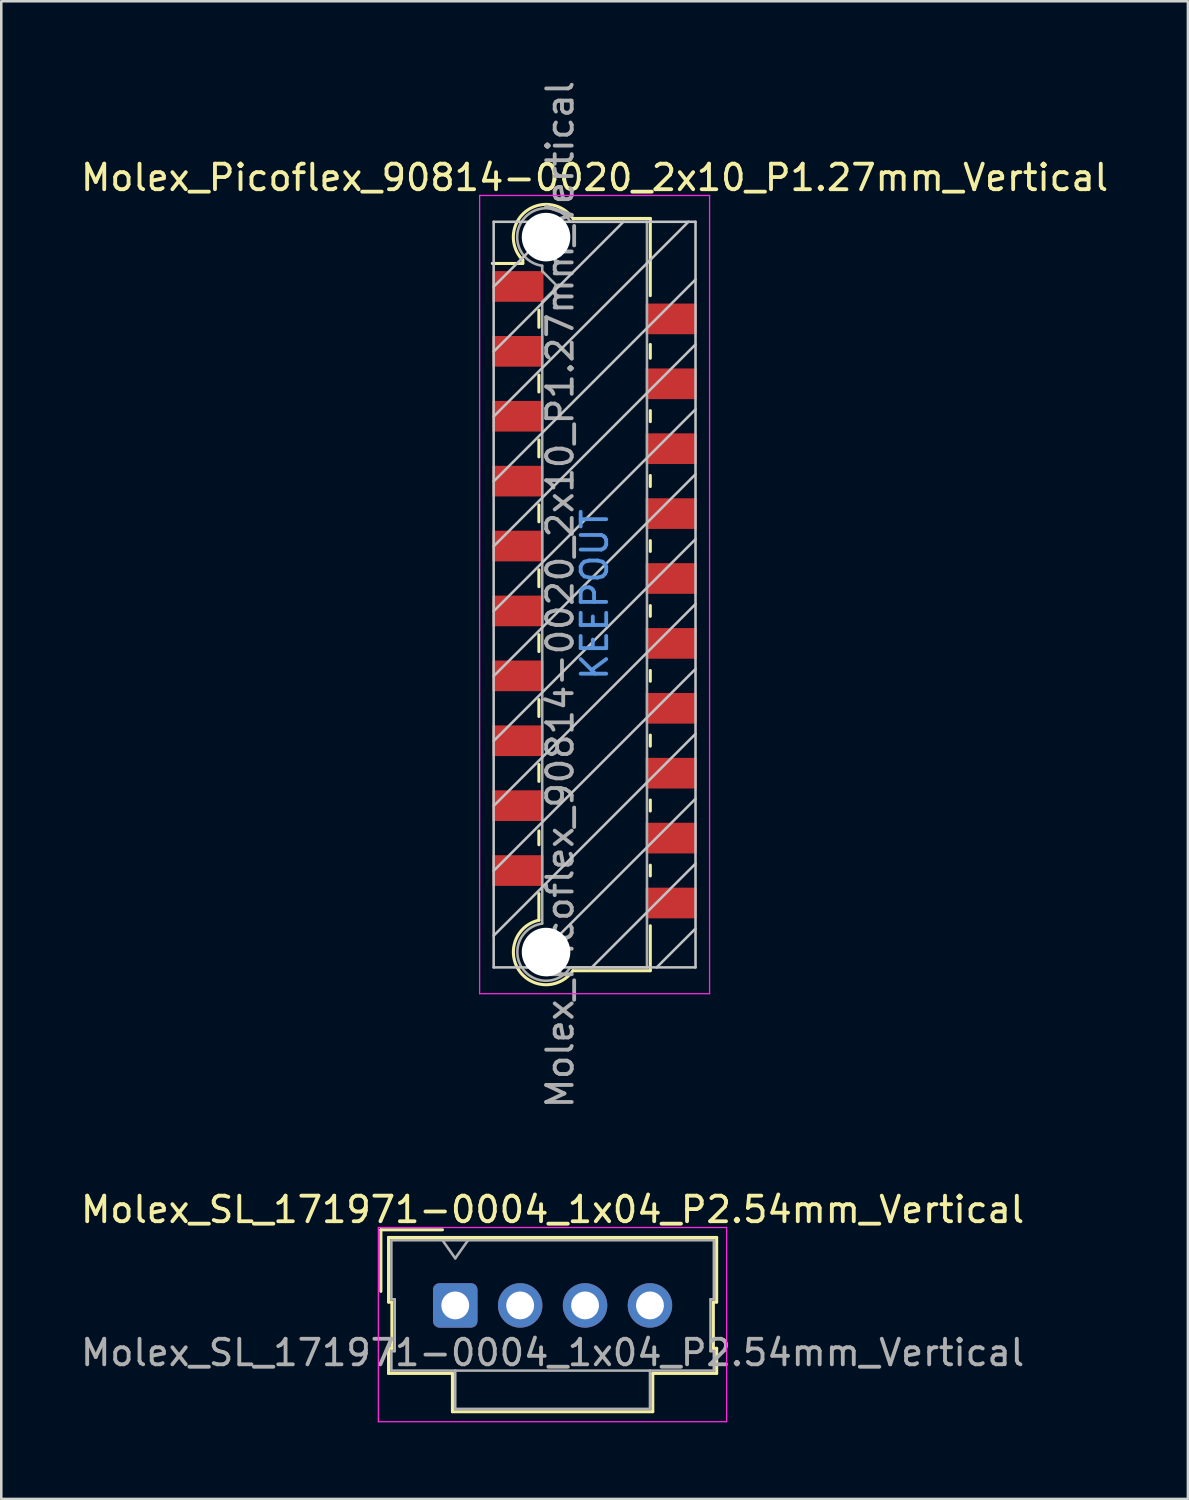
<source format=kicad_pcb>
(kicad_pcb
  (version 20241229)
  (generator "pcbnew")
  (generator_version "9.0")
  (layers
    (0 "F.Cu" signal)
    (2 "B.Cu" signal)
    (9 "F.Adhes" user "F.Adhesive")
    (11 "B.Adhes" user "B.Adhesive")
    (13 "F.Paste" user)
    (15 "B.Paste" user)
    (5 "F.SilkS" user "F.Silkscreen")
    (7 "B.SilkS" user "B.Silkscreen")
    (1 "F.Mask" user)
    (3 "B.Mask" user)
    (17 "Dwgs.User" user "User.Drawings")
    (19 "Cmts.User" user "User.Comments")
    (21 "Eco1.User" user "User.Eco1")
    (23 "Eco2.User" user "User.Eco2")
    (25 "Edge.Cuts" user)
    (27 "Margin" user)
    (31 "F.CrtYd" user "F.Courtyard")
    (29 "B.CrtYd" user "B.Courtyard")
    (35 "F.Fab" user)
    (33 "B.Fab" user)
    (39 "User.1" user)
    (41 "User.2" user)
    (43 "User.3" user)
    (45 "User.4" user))
  (footprint "Molex_SL_171971-0004_1x04_P2.54mm_Vertical"
    (layer "F.Cu")
    (at 14.767 48.039)
    (property "Reference" "Molex_SL_171971-0004_1x04_P2.54mm_Vertical" (at 3.81 -3.75 0) (layer "F.SilkS") (effects (font (size 1 1) (thickness 0.15))))
    (attr through_hole)
    (fp_line (start -2.91 -2.96) (end -0.5 -2.96) (stroke (width 0.12) (type solid)) (layer "F.SilkS"))
    (fp_line (start -2.91 -0.55) (end -2.91 -2.96) (stroke (width 0.12) (type solid)) (layer "F.SilkS"))
    (fp_line (start -2.61 -2.66) (end -2.61 -0.13) (stroke (width 0.12) (type solid)) (layer "F.SilkS"))
    (fp_line (start -2.61 -0.13) (end -2.48 -0.13) (stroke (width 0.12) (type solid)) (layer "F.SilkS"))
    (fp_line (start -2.61 1.68) (end -2.61 2.66) (stroke (width 0.12) (type solid)) (layer "F.SilkS"))
    (fp_line (start -2.61 2.66) (end -0.11 2.66) (stroke (width 0.12) (type solid)) (layer "F.SilkS"))
    (fp_line (start -2.48 -0.13) (end -2.48 1.68) (stroke (width 0.12) (type solid)) (layer "F.SilkS"))
    (fp_line (start -2.48 1.68) (end -2.61 1.68) (stroke (width 0.12) (type solid)) (layer "F.SilkS"))
    (fp_line (start -0.11 2.66) (end -0.11 4.16) (stroke (width 0.12) (type solid)) (layer "F.SilkS"))
    (fp_line (start -0.11 4.16) (end 7.73 4.16) (stroke (width 0.12) (type solid)) (layer "F.SilkS"))
    (fp_line (start 7.73 2.66) (end 10.23 2.66) (stroke (width 0.12) (type solid)) (layer "F.SilkS"))
    (fp_line (start 7.73 4.16) (end 7.73 2.66) (stroke (width 0.12) (type solid)) (layer "F.SilkS"))
    (fp_line (start 10.1 -0.13) (end 10.23 -0.13) (stroke (width 0.12) (type solid)) (layer "F.SilkS"))
    (fp_line (start 10.1 1.68) (end 10.1 -0.13) (stroke (width 0.12) (type solid)) (layer "F.SilkS"))
    (fp_line (start 10.23 -2.66) (end -2.61 -2.66) (stroke (width 0.12) (type solid)) (layer "F.SilkS"))
    (fp_line (start 10.23 -0.13) (end 10.23 -2.66) (stroke (width 0.12) (type solid)) (layer "F.SilkS"))
    (fp_line (start 10.23 1.68) (end 10.1 1.68) (stroke (width 0.12) (type solid)) (layer "F.SilkS"))
    (fp_line (start 10.23 2.66) (end 10.23 1.68) (stroke (width 0.12) (type solid)) (layer "F.SilkS"))
    (fp_line (start -3.01 -3.05) (end -3.01 4.55) (stroke (width 0.05) (type solid)) (layer "F.CrtYd"))
    (fp_line (start -3.01 4.55) (end 10.62 4.55) (stroke (width 0.05) (type solid)) (layer "F.CrtYd"))
    (fp_line (start 10.62 -3.05) (end -3.01 -3.05) (stroke (width 0.05) (type solid)) (layer "F.CrtYd"))
    (fp_line (start 10.62 4.55) (end 10.62 -3.05) (stroke (width 0.05) (type solid)) (layer "F.CrtYd"))
    (fp_line (start -2.5 -2.55) (end -2.5 -0.24) (stroke (width 0.1) (type solid)) (layer "F.Fab"))
    (fp_line (start -2.5 -0.24) (end -2.37 -0.24) (stroke (width 0.1) (type solid)) (layer "F.Fab"))
    (fp_line (start -2.5 1.79) (end -2.5 2.55) (stroke (width 0.1) (type solid)) (layer "F.Fab"))
    (fp_line (start -2.5 2.55) (end 10.12 2.55) (stroke (width 0.1) (type solid)) (layer "F.Fab"))
    (fp_line (start -2.37 -0.24) (end -2.37 1.79) (stroke (width 0.1) (type solid)) (layer "F.Fab"))
    (fp_line (start -2.37 1.79) (end -2.5 1.79) (stroke (width 0.1) (type solid)) (layer "F.Fab"))
    (fp_line (start 0 -1.843) (end -0.5 -2.55) (stroke (width 0.1) (type solid)) (layer "F.Fab"))
    (fp_line (start 0 2.55) (end 0 4.05) (stroke (width 0.1) (type solid)) (layer "F.Fab"))
    (fp_line (start 0 4.05) (end 7.62 4.05) (stroke (width 0.1) (type solid)) (layer "F.Fab"))
    (fp_line (start 0.5 -2.55) (end 0 -1.843) (stroke (width 0.1) (type solid)) (layer "F.Fab"))
    (fp_line (start 7.62 4.05) (end 7.62 2.55) (stroke (width 0.1) (type solid)) (layer "F.Fab"))
    (fp_line (start 9.99 -0.24) (end 10.12 -0.24) (stroke (width 0.1) (type solid)) (layer "F.Fab"))
    (fp_line (start 9.99 1.79) (end 9.99 -0.24) (stroke (width 0.1) (type solid)) (layer "F.Fab"))
    (fp_line (start 10.12 -2.55) (end -2.5 -2.55) (stroke (width 0.1) (type solid)) (layer "F.Fab"))
    (fp_line (start 10.12 -0.24) (end 10.12 -2.55) (stroke (width 0.1) (type solid)) (layer "F.Fab"))
    (fp_line (start 10.12 1.79) (end 9.99 1.79) (stroke (width 0.1) (type solid)) (layer "F.Fab"))
    (fp_line (start 10.12 2.55) (end 10.12 1.79) (stroke (width 0.1) (type solid)) (layer "F.Fab"))
    (fp_text user "${REFERENCE}" (at 3.81 1.85 0) (layer "F.Fab") (effects (font (size 1 1) (thickness 0.15))))
    (pad "1" thru_hole roundrect (at 0 0) (size 1.74 1.74) (drill 1.09) (layers "*.Cu" "*.Mask") (roundrect_rratio 0.144))
    (pad "2" thru_hole circle (at 2.54 0) (size 1.74 1.74) (drill 1.09) (layers "*.Cu" "*.Mask"))
    (pad "3" thru_hole circle (at 5.08 0) (size 1.74 1.74) (drill 1.09) (layers "*.Cu" "*.Mask"))
    (pad "4" thru_hole circle (at 7.62 0) (size 1.74 1.74) (drill 1.09) (layers "*.Cu" "*.Mask")))
  (footprint "Molex_Picoflex_90814-0020_2x10_P1.27mm_Vertical"
    (layer "F.Cu")
    (at 20.22 20.22)
    (property "Reference" "Molex_Picoflex_90814-0020_2x10_P1.27mm_Vertical" (at 0 -16.32 0) (layer "F.SilkS") (effects (font (size 1 1) (thickness 0.15))))
    (attr smd)
    (fp_line (start -2.81 -13.09) (end -2.81 -12.96) (stroke (width 0.12) (type solid)) (layer "F.SilkS"))
    (fp_line (start -2.81 -12.96) (end -4 -12.96) (stroke (width 0.12) (type solid)) (layer "F.SilkS"))
    (fp_line (start -2.18 -10.46) (end -2.18 -11.13) (stroke (width 0.12) (type solid)) (layer "F.SilkS"))
    (fp_line (start -2.18 -7.93) (end -2.18 -8.59) (stroke (width 0.12) (type solid)) (layer "F.SilkS"))
    (fp_line (start -2.18 -5.39) (end -2.18 -6.05) (stroke (width 0.12) (type solid)) (layer "F.SilkS"))
    (fp_line (start -2.18 -2.85) (end -2.18 -3.51) (stroke (width 0.12) (type solid)) (layer "F.SilkS"))
    (fp_line (start -2.18 -0.31) (end -2.18 -0.97) (stroke (width 0.12) (type solid)) (layer "F.SilkS"))
    (fp_line (start -2.18 2.23) (end -2.18 1.57) (stroke (width 0.12) (type solid)) (layer "F.SilkS"))
    (fp_line (start -2.18 4.77) (end -2.18 4.11) (stroke (width 0.12) (type solid)) (layer "F.SilkS"))
    (fp_line (start -2.18 7.31) (end -2.18 6.65) (stroke (width 0.12) (type solid)) (layer "F.SilkS"))
    (fp_line (start -2.18 9.79) (end -2.18 9.25) (stroke (width 0.12) (type solid)) (layer "F.SilkS"))
    (fp_line (start -2.18 12.74) (end -2.18 11.7) (stroke (width 0.12) (type solid)) (layer "F.SilkS"))
    (fp_line (start 2.18 -14.72) (end -0.82 -14.72) (stroke (width 0.12) (type solid)) (layer "F.SilkS"))
    (fp_line (start 2.18 -14.72) (end 2.18 -11.7) (stroke (width 0.12) (type solid)) (layer "F.SilkS"))
    (fp_line (start 2.18 -9.79) (end 2.18 -9.25) (stroke (width 0.12) (type solid)) (layer "F.SilkS"))
    (fp_line (start 2.18 -7.2) (end 2.18 -6.77) (stroke (width 0.12) (type solid)) (layer "F.SilkS"))
    (fp_line (start 2.18 -4.66) (end 2.18 -4.23) (stroke (width 0.12) (type solid)) (layer "F.SilkS"))
    (fp_line (start 2.18 -2.11) (end 2.18 -1.69) (stroke (width 0.12) (type solid)) (layer "F.SilkS"))
    (fp_line (start 2.18 0.43) (end 2.18 0.85) (stroke (width 0.12) (type solid)) (layer "F.SilkS"))
    (fp_line (start 2.18 2.97) (end 2.18 3.39) (stroke (width 0.12) (type solid)) (layer "F.SilkS"))
    (fp_line (start 2.18 5.5) (end 2.18 5.93) (stroke (width 0.12) (type solid)) (layer "F.SilkS"))
    (fp_line (start 2.18 8.04) (end 2.18 8.47) (stroke (width 0.12) (type solid)) (layer "F.SilkS"))
    (fp_line (start 2.18 10.59) (end 2.18 11.01) (stroke (width 0.12) (type solid)) (layer "F.SilkS"))
    (fp_line (start 2.18 12.96) (end 2.18 14.72) (stroke (width 0.12) (type solid)) (layer "F.SilkS"))
    (fp_line (start 2.18 14.72) (end -0.85 14.72) (stroke (width 0.12) (type solid)) (layer "F.SilkS"))
    (fp_arc (start -2.81 -13.09) (mid -2.708637 -14.982072) (end -0.834991 -14.699828) (stroke (width 0.12) (type solid)) (layer "F.SilkS"))
    (fp_arc (start -0.85 14.72) (mid -2.962791 14.701249) (end -2.174424 12.740964) (stroke (width 0.12) (type solid)) (layer "F.SilkS"))
    (fp_line (start -3.95 -14.59) (end -3.95 14.59) (stroke (width 0.1) (type solid)) (layer "Dwgs.User"))
    (fp_line (start -3.95 -12.05) (end -1.41 -14.59) (stroke (width 0.1) (type solid)) (layer "Dwgs.User"))
    (fp_line (start -3.95 -9.51) (end 1.13 -14.59) (stroke (width 0.1) (type solid)) (layer "Dwgs.User"))
    (fp_line (start -3.95 -6.97) (end 3.67 -14.59) (stroke (width 0.1) (type solid)) (layer "Dwgs.User"))
    (fp_line (start -3.95 -4.43) (end 3.95 -12.33) (stroke (width 0.1) (type solid)) (layer "Dwgs.User"))
    (fp_line (start -3.95 -1.89) (end 3.95 -9.79) (stroke (width 0.1) (type solid)) (layer "Dwgs.User"))
    (fp_line (start -3.95 0.65) (end 3.95 -7.25) (stroke (width 0.1) (type solid)) (layer "Dwgs.User"))
    (fp_line (start -3.95 3.19) (end 3.95 -4.71) (stroke (width 0.1) (type solid)) (layer "Dwgs.User"))
    (fp_line (start -3.95 5.73) (end 3.95 -2.17) (stroke (width 0.1) (type solid)) (layer "Dwgs.User"))
    (fp_line (start -3.95 8.27) (end 3.95 0.37) (stroke (width 0.1) (type solid)) (layer "Dwgs.User"))
    (fp_line (start -3.95 10.81) (end 3.95 2.91) (stroke (width 0.1) (type solid)) (layer "Dwgs.User"))
    (fp_line (start -3.95 13.35) (end 3.95 5.45) (stroke (width 0.1) (type solid)) (layer "Dwgs.User"))
    (fp_line (start -3.95 14.59) (end 3.95 14.59) (stroke (width 0.1) (type solid)) (layer "Dwgs.User"))
    (fp_line (start -2.65 14.59) (end 3.95 7.99) (stroke (width 0.1) (type solid)) (layer "Dwgs.User"))
    (fp_line (start -0.11 14.59) (end 3.95 10.53) (stroke (width 0.1) (type solid)) (layer "Dwgs.User"))
    (fp_line (start 2.43 14.59) (end 3.95 13.07) (stroke (width 0.1) (type solid)) (layer "Dwgs.User"))
    (fp_line (start 3.95 -14.59) (end -3.95 -14.59) (stroke (width 0.1) (type solid)) (layer "Dwgs.User"))
    (fp_line (start 3.95 14.59) (end 3.95 -14.59) (stroke (width 0.1) (type solid)) (layer "Dwgs.User"))
    (fp_line (start -4.5 -15.62) (end -4.5 15.62) (stroke (width 0.05) (type solid)) (layer "F.CrtYd"))
    (fp_line (start -4.5 15.62) (end 4.5 15.62) (stroke (width 0.05) (type solid)) (layer "F.CrtYd"))
    (fp_line (start 4.5 -15.62) (end -4.5 -15.62) (stroke (width 0.05) (type solid)) (layer "F.CrtYd"))
    (fp_line (start 4.5 15.62) (end 4.5 -15.62) (stroke (width 0.05) (type solid)) (layer "F.CrtYd"))
    (fp_line (start -2.05 -12.66) (end -2.05 -12.87) (stroke (width 0.1) (type solid)) (layer "F.Fab"))
    (fp_line (start -2.05 -11.46) (end -1.45 -12.06) (stroke (width 0.1) (type solid)) (layer "F.Fab"))
    (fp_line (start -2.05 12.87) (end -2.05 -11.46) (stroke (width 0.1) (type solid)) (layer "F.Fab"))
    (fp_line (start -1.45 -12.06) (end -2.05 -12.66) (stroke (width 0.1) (type solid)) (layer "F.Fab"))
    (fp_line (start 2.05 -14.59) (end -0.93 -14.59) (stroke (width 0.1) (type solid)) (layer "F.Fab"))
    (fp_line (start 2.05 -14.59) (end 2.05 14.59) (stroke (width 0.1) (type solid)) (layer "F.Fab"))
    (fp_line (start 2.05 14.59) (end -0.95 14.59) (stroke (width 0.1) (type solid)) (layer "F.Fab"))
    (fp_arc (start -2.05 -12.87) (mid -2.851672 -14.599279) (end -0.945612 -14.595015) (stroke (width 0.1) (type solid)) (layer "F.Fab"))
    (fp_arc (start -0.95 14.59) (mid -2.845272 14.597421) (end -2.051022 12.876585) (stroke (width 0.1) (type solid)) (layer "F.Fab"))
    (fp_text user "KEEPOUT" (at 0 0 90) (layer "Cmts.User") (effects (font (size 1 1) (thickness 0.15))))
    (fp_text user "${REFERENCE}" (at -1.35 0 90) (layer "F.Fab") (effects (font (size 1 1) (thickness 0.15))))
    (pad "" np_thru_hole circle (at -1.9 -13.99) (size 1.9 1.9) (drill 1.9) (layers "*.Cu" "*.Mask"))
    (pad "" np_thru_hole circle (at -1.9 13.99) (size 1.9 1.9) (drill 1.9) (layers "*.Cu" "*.Mask"))
    (pad "1" smd rect (at -3 -12.06) (size 2 1.2) (layers "F.Cu" "F.Mask" "F.Paste"))
    (pad "2" smd rect (at 3 -10.79) (size 2 1.2) (layers "F.Cu" "F.Mask" "F.Paste"))
    (pad "3" smd rect (at -3 -9.52) (size 2 1.2) (layers "F.Cu" "F.Mask" "F.Paste"))
    (pad "4" smd rect (at 3 -8.25) (size 2 1.2) (layers "F.Cu" "F.Mask" "F.Paste"))
    (pad "5" smd rect (at -3 -6.98) (size 2 1.2) (layers "F.Cu" "F.Mask" "F.Paste"))
    (pad "6" smd rect (at 3 -5.71) (size 2 1.2) (layers "F.Cu" "F.Mask" "F.Paste"))
    (pad "7" smd rect (at -3 -4.44) (size 2 1.2) (layers "F.Cu" "F.Mask" "F.Paste"))
    (pad "8" smd rect (at 3 -3.17) (size 2 1.2) (layers "F.Cu" "F.Mask" "F.Paste"))
    (pad "9" smd rect (at -3 -1.9) (size 2 1.2) (layers "F.Cu" "F.Mask" "F.Paste"))
    (pad "10" smd rect (at 3 -0.63) (size 2 1.2) (layers "F.Cu" "F.Mask" "F.Paste"))
    (pad "11" smd rect (at -3 0.64) (size 2 1.2) (layers "F.Cu" "F.Mask" "F.Paste"))
    (pad "12" smd rect (at 3 1.91) (size 2 1.2) (layers "F.Cu" "F.Mask" "F.Paste"))
    (pad "13" smd rect (at -3 3.18) (size 2 1.2) (layers "F.Cu" "F.Mask" "F.Paste"))
    (pad "14" smd rect (at 3 4.45) (size 2 1.2) (layers "F.Cu" "F.Mask" "F.Paste"))
    (pad "15" smd rect (at -3 5.72) (size 2 1.2) (layers "F.Cu" "F.Mask" "F.Paste"))
    (pad "16" smd rect (at 3 6.99) (size 2 1.2) (layers "F.Cu" "F.Mask" "F.Paste"))
    (pad "17" smd rect (at -3 8.26) (size 2 1.2) (layers "F.Cu" "F.Mask" "F.Paste"))
    (pad "18" smd rect (at 3 9.53) (size 2 1.2) (layers "F.Cu" "F.Mask" "F.Paste"))
    (pad "19" smd rect (at -3 10.8) (size 2 1.2) (layers "F.Cu" "F.Mask" "F.Paste"))
    (pad "20" smd rect (at 3 12.07) (size 2 1.2) (layers "F.Cu" "F.Mask" "F.Paste")))
  (gr_rect
    (start -3 -3)
    (end 43.44 55.614)
    (stroke (width 0.1) (type default))
    (fill no)
    (layer "Edge.Cuts")))
</source>
